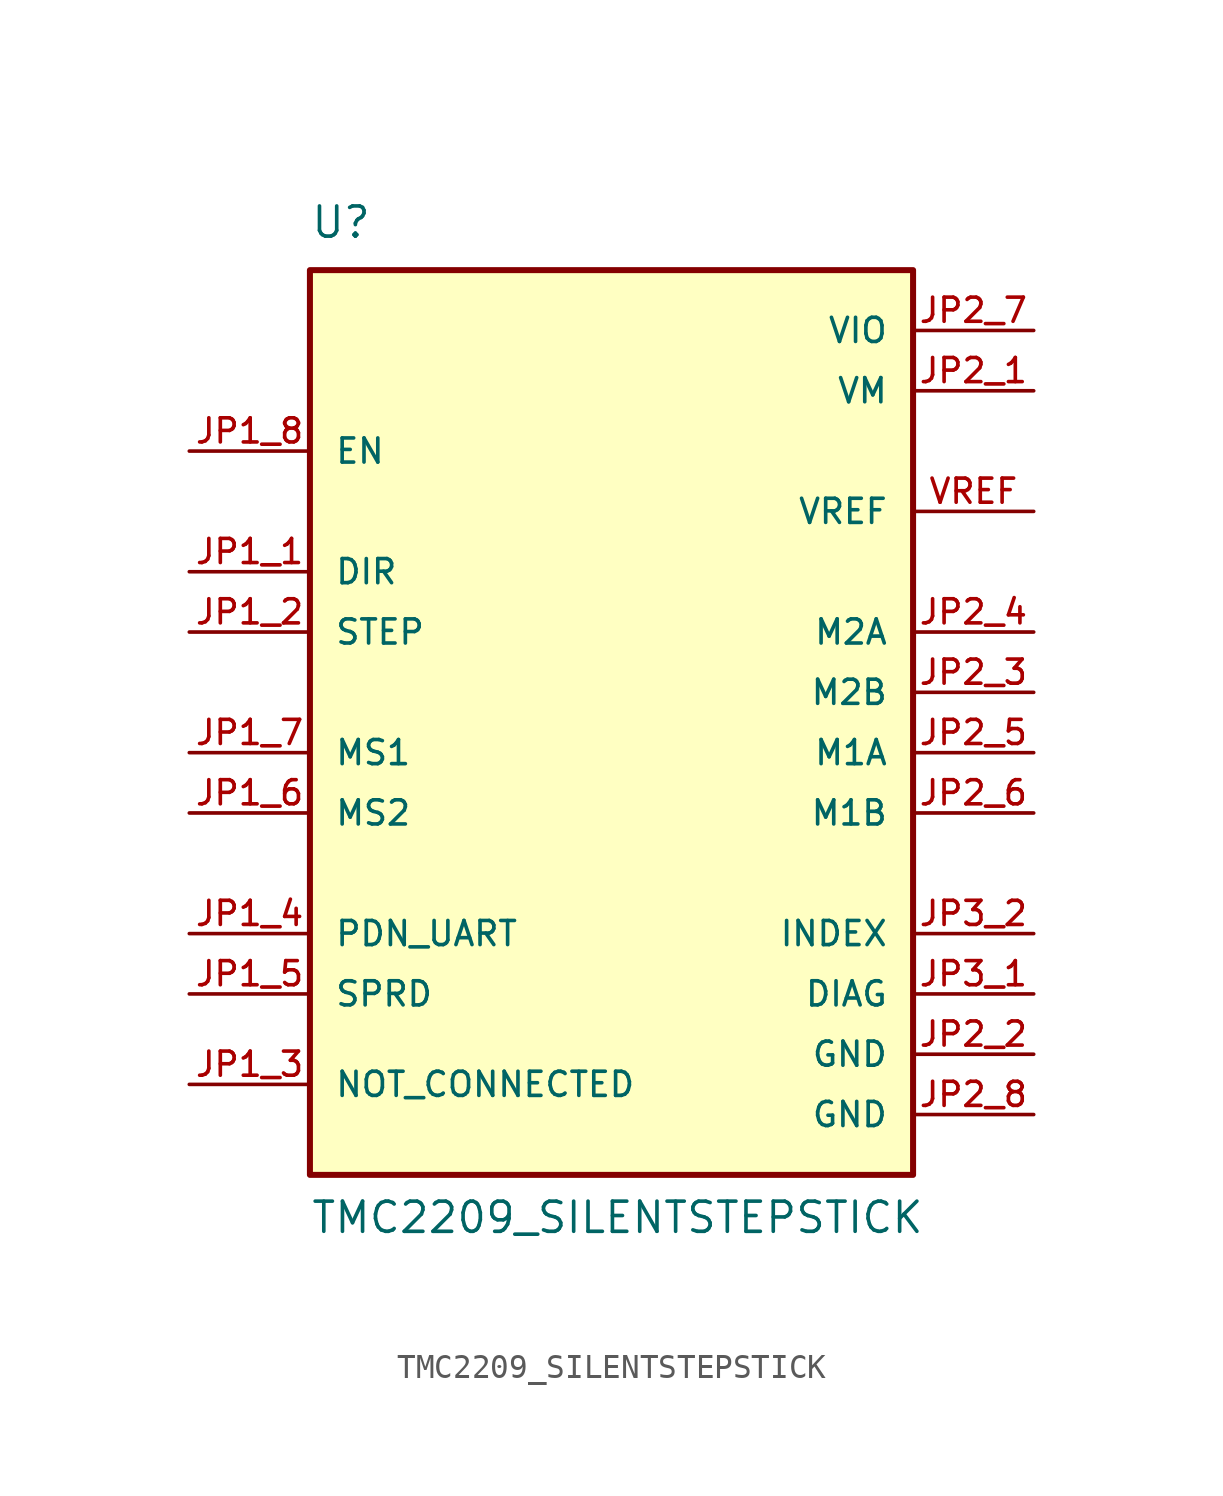
<source format=kicad_sym>
(kicad_symbol_lib
  (version 20211014)
  (generator kicad_symbol_editor)
  (symbol "TMC2209_SILENTSTEPSTICK"
    (pin_names
      (offset 1.016))
    (property "Reference" "U"
      (at -12.7 19.05 0)
      (effects (font (size 1.27 1.27)) (justify left bottom)))
    (property "Value" "TMC2209_SILENTSTEPSTICK"
      (at -12.7 -22.86 0)
      (effects (font (size 1.27 1.27)) (justify left bottom)))
    (property "ki_locked" ""
      (at 0 0 0)
      (effects (font (size 1.27 1.27))))
    (symbol "TMC2209_SILENTSTEPSTICK_0_0"
      (rectangle (start -12.7 -20.32) (end 12.7 17.78) (stroke (width 0.254) (type default) (color 0 0 0 0)) (fill (type background)))
      (pin input line (at -17.78 5.08 0) (length 5.08) (name "DIR" (effects (font (size 1.016 1.016)))) (number "JP1_1" (effects (font (size 1.016 1.016)))))
      (pin input line (at -17.78 2.54 0) (length 5.08) (name "STEP" (effects (font (size 1.016 1.016)))) (number "JP1_2" (effects (font (size 1.016 1.016)))))
      (pin input line (at -17.78 -16.51 0) (length 5.08) (name "NOT_CONNECTED" (effects (font (size 1.016 1.016)))) (number "JP1_3" (effects (font (size 1.016 1.016)))))
      (pin bidirectional line (at -17.78 -10.16 0) (length 5.08) (name "PDN_UART" (effects (font (size 1.016 1.016)))) (number "JP1_4" (effects (font (size 1.016 1.016)))))
      (pin input line (at -17.78 -12.7 0) (length 5.08) (name "SPRD" (effects (font (size 1.016 1.016)))) (number "JP1_5" (effects (font (size 1.016 1.016)))))
      (pin input line (at -17.78 -5.08 0) (length 5.08) (name "MS2" (effects (font (size 1.016 1.016)))) (number "JP1_6" (effects (font (size 1.016 1.016)))))
      (pin input line (at -17.78 -2.54 0) (length 5.08) (name "MS1" (effects (font (size 1.016 1.016)))) (number "JP1_7" (effects (font (size 1.016 1.016)))))
      (pin input line (at -17.78 10.16 0) (length 5.08) (name "EN" (effects (font (size 1.016 1.016)))) (number "JP1_8" (effects (font (size 1.016 1.016)))))
      (pin power_in line (at 17.78 12.7 180) (length 5.08) (name "VM" (effects (font (size 1.016 1.016)))) (number "JP2_1" (effects (font (size 1.016 1.016)))))
      (pin power_in line (at 17.78 -15.24 180) (length 5.08) (name "GND" (effects (font (size 1.016 1.016)))) (number "JP2_2" (effects (font (size 1.016 1.016)))))
      (pin passive line (at 17.78 0 180) (length 5.08) (name "M2B" (effects (font (size 1.016 1.016)))) (number "JP2_3" (effects (font (size 1.016 1.016)))))
      (pin passive line (at 17.78 2.54 180) (length 5.08) (name "M2A" (effects (font (size 1.016 1.016)))) (number "JP2_4" (effects (font (size 1.016 1.016)))))
      (pin passive line (at 17.78 -2.54 180) (length 5.08) (name "M1A" (effects (font (size 1.016 1.016)))) (number "JP2_5" (effects (font (size 1.016 1.016)))))
      (pin passive line (at 17.78 -5.08 180) (length 5.08) (name "M1B" (effects (font (size 1.016 1.016)))) (number "JP2_6" (effects (font (size 1.016 1.016)))))
      (pin power_in line (at 17.78 15.24 180) (length 5.08) (name "VIO" (effects (font (size 1.016 1.016)))) (number "JP2_7" (effects (font (size 1.016 1.016)))))
      (pin power_in line (at 17.78 -17.78 180) (length 5.08) (name "GND" (effects (font (size 1.016 1.016)))) (number "JP2_8" (effects (font (size 1.016 1.016)))))
      (pin output line (at 17.78 -12.7 180) (length 5.08) (name "DIAG" (effects (font (size 1.016 1.016)))) (number "JP3_1" (effects (font (size 1.016 1.016)))))
      (pin output line (at 17.78 -10.16 180) (length 5.08) (name "INDEX" (effects (font (size 1.016 1.016)))) (number "JP3_2" (effects (font (size 1.016 1.016)))))
      (pin passive line (at 17.78 7.62 180) (length 5.08) (name "VREF" (effects (font (size 1.016 1.016)))) (number "VREF" (effects (font (size 1.016 1.016))))))))
</source>
